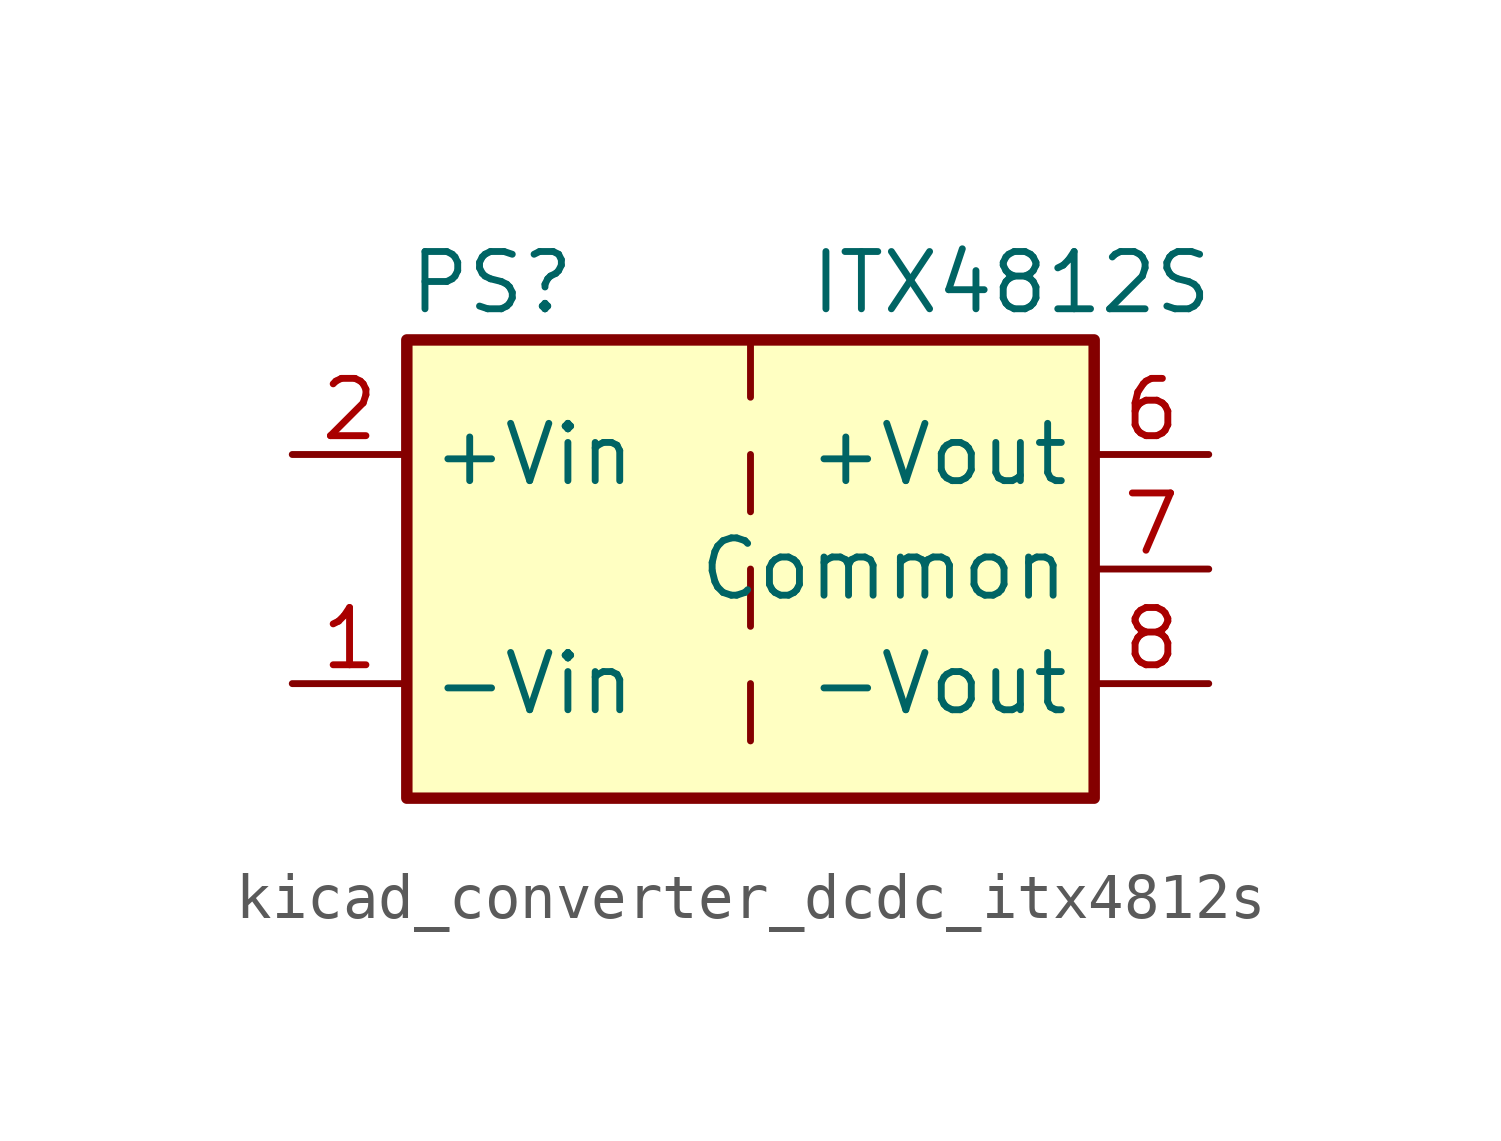
<source format=kicad_sym>
(kicad_symbol_lib
  (version 20220914)
  (generator kicad_symbol_editor)
  (symbol "kicad_converter_dcdc_itx4812s"
    (property "Reference" "PS"
      (at -7.62 6.35 0)
      (effects (font (size 1.27 1.27)) (justify left)))
    (property "Value" "ITX4812S"
      (at 1.27 6.35 0)
      (effects (font (size 1.27 1.27)) (justify left)))
    (symbol "kicad_converter_dcdc_itx4812s_0_0"
      (pin power_in line (at -10.16 -2.54 0) (length 2.54) (name "-Vin" (effects (font (size 1.27 1.27)))) (number "1" (effects (font (size 1.27 1.27)))))
      (pin power_in line (at -10.16 2.54 0) (length 2.54) (name "+Vin" (effects (font (size 1.27 1.27)))) (number "2" (effects (font (size 1.27 1.27)))))
      (pin no_connect line (at 0 -5.08 90) (length 2.54) hide (name "NC" (effects (font (size 1.27 1.27)))) (number "3" (effects (font (size 1.27 1.27)))))
      (pin no_connect line (at 0 5.08 270) (length 2.54) hide (name "NC" (effects (font (size 1.27 1.27)))) (number "5" (effects (font (size 1.27 1.27)))))
      (pin power_out line (at 10.16 2.54 180) (length 2.54) (name "+Vout" (effects (font (size 1.27 1.27)))) (number "6" (effects (font (size 1.27 1.27)))))
      (pin power_out line (at 10.16 0 180) (length 2.54) (name "Common" (effects (font (size 1.27 1.27)))) (number "7" (effects (font (size 1.27 1.27)))))
      (pin power_out line (at 10.16 -2.54 180) (length 2.54) (name "-Vout" (effects (font (size 1.27 1.27)))) (number "8" (effects (font (size 1.27 1.27))))))
    (symbol "kicad_converter_dcdc_itx4812s_0_1"
      (rectangle (start -7.62 5.08) (end 7.62 -5.08) (stroke (width 0.254) (type default)) (fill (type background)))
      (polyline (pts (xy 0 -2.54) (xy 0 -3.81)) (stroke (width 0) (type default)) (fill (type none)))
      (polyline (pts (xy 0 0) (xy 0 -1.27)) (stroke (width 0) (type default)) (fill (type none)))
      (polyline (pts (xy 0 2.54) (xy 0 1.27)) (stroke (width 0) (type default)) (fill (type none)))
      (polyline (pts (xy 0 5.08) (xy 0 3.81)) (stroke (width 0) (type default)) (fill (type none))))))
</source>
